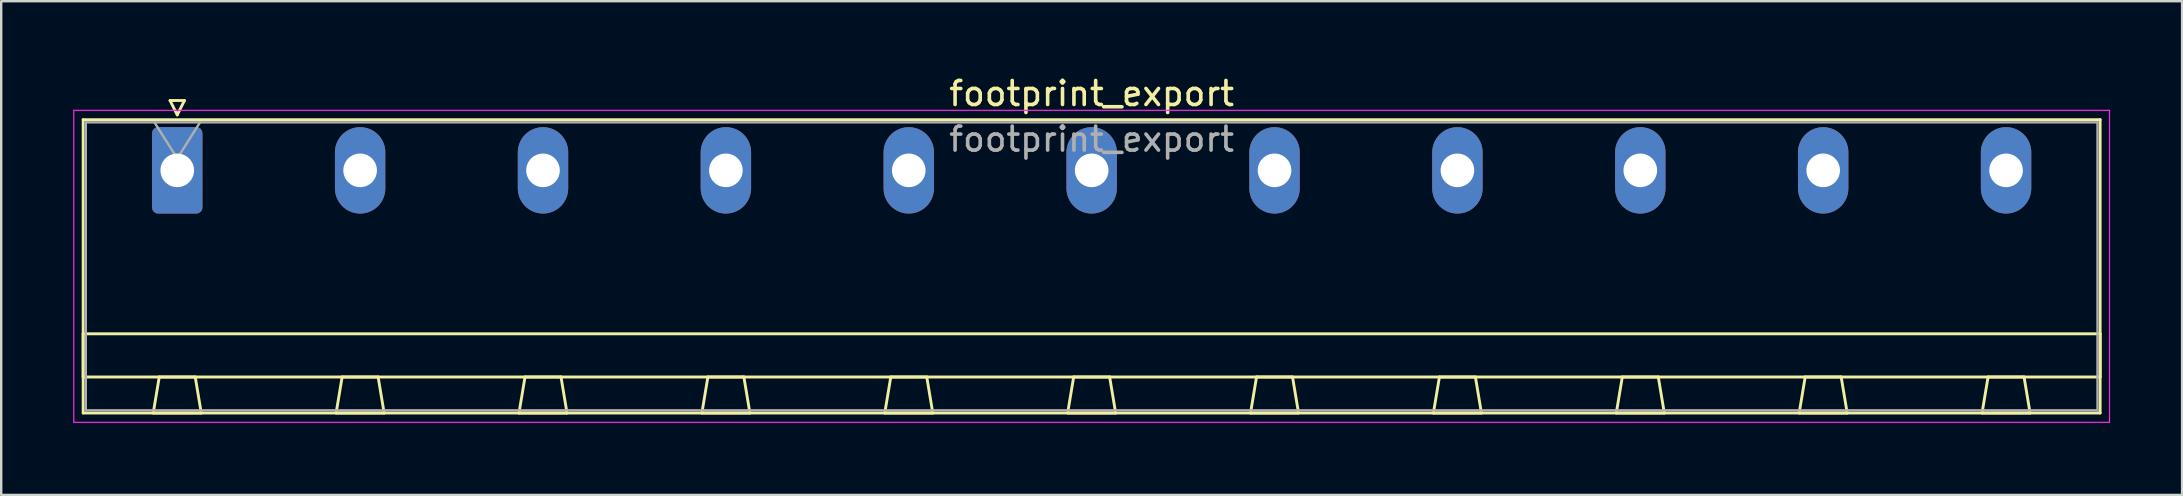
<source format=kicad_pcb>
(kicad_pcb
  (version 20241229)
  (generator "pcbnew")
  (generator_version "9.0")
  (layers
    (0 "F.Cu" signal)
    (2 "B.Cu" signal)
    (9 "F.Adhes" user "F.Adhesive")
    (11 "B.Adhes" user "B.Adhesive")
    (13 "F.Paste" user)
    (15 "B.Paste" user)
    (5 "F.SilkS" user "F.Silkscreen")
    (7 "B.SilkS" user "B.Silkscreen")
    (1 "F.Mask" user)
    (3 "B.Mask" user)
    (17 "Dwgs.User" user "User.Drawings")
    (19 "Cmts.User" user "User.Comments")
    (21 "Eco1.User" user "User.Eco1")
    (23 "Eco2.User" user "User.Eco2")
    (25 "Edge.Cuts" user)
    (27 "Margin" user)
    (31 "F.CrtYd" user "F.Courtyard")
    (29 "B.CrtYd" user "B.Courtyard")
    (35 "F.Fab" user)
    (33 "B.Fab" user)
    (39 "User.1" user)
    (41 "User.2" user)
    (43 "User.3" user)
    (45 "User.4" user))
  (footprint "footprint_export"
    (layer "F.Cu")
    (at 4.335 4.048)
    (property "Reference" "footprint_export" (at 38.1 -3.2 0) (layer "F.SilkS") (effects (font (size 1 1) (thickness 0.15))))
    (attr through_hole)
    (fp_line (start -3.92 -2.11) (end -3.92 10.11) (stroke (width 0.12) (type solid)) (layer "F.SilkS"))
    (fp_line (start -3.92 6.81) (end 80.12 6.81) (stroke (width 0.12) (type solid)) (layer "F.SilkS"))
    (fp_line (start -3.92 8.61) (end -3.92 6.81) (stroke (width 0.12) (type solid)) (layer "F.SilkS"))
    (fp_line (start -3.92 10.11) (end 80.12 10.11) (stroke (width 0.12) (type solid)) (layer "F.SilkS"))
    (fp_line (start -1 10.11) (end 1 10.11) (stroke (width 0.12) (type solid)) (layer "F.SilkS"))
    (fp_line (start -0.75 8.61) (end -1 10.11) (stroke (width 0.12) (type solid)) (layer "F.SilkS"))
    (fp_line (start -0.3 -2.91) (end 0.3 -2.91) (stroke (width 0.12) (type solid)) (layer "F.SilkS"))
    (fp_line (start 0 -2.31) (end -0.3 -2.91) (stroke (width 0.12) (type solid)) (layer "F.SilkS"))
    (fp_line (start 0.3 -2.91) (end 0 -2.31) (stroke (width 0.12) (type solid)) (layer "F.SilkS"))
    (fp_line (start 0.75 8.61) (end -0.75 8.61) (stroke (width 0.12) (type solid)) (layer "F.SilkS"))
    (fp_line (start 1 10.11) (end 0.75 8.61) (stroke (width 0.12) (type solid)) (layer "F.SilkS"))
    (fp_line (start 6.62 10.11) (end 8.62 10.11) (stroke (width 0.12) (type solid)) (layer "F.SilkS"))
    (fp_line (start 6.87 8.61) (end 6.62 10.11) (stroke (width 0.12) (type solid)) (layer "F.SilkS"))
    (fp_line (start 8.37 8.61) (end 6.87 8.61) (stroke (width 0.12) (type solid)) (layer "F.SilkS"))
    (fp_line (start 8.62 10.11) (end 8.37 8.61) (stroke (width 0.12) (type solid)) (layer "F.SilkS"))
    (fp_line (start 14.24 10.11) (end 16.24 10.11) (stroke (width 0.12) (type solid)) (layer "F.SilkS"))
    (fp_line (start 14.49 8.61) (end 14.24 10.11) (stroke (width 0.12) (type solid)) (layer "F.SilkS"))
    (fp_line (start 15.99 8.61) (end 14.49 8.61) (stroke (width 0.12) (type solid)) (layer "F.SilkS"))
    (fp_line (start 16.24 10.11) (end 15.99 8.61) (stroke (width 0.12) (type solid)) (layer "F.SilkS"))
    (fp_line (start 21.86 10.11) (end 23.86 10.11) (stroke (width 0.12) (type solid)) (layer "F.SilkS"))
    (fp_line (start 22.11 8.61) (end 21.86 10.11) (stroke (width 0.12) (type solid)) (layer "F.SilkS"))
    (fp_line (start 23.61 8.61) (end 22.11 8.61) (stroke (width 0.12) (type solid)) (layer "F.SilkS"))
    (fp_line (start 23.86 10.11) (end 23.61 8.61) (stroke (width 0.12) (type solid)) (layer "F.SilkS"))
    (fp_line (start 29.48 10.11) (end 31.48 10.11) (stroke (width 0.12) (type solid)) (layer "F.SilkS"))
    (fp_line (start 29.73 8.61) (end 29.48 10.11) (stroke (width 0.12) (type solid)) (layer "F.SilkS"))
    (fp_line (start 31.23 8.61) (end 29.73 8.61) (stroke (width 0.12) (type solid)) (layer "F.SilkS"))
    (fp_line (start 31.48 10.11) (end 31.23 8.61) (stroke (width 0.12) (type solid)) (layer "F.SilkS"))
    (fp_line (start 37.1 10.11) (end 39.1 10.11) (stroke (width 0.12) (type solid)) (layer "F.SilkS"))
    (fp_line (start 37.35 8.61) (end 37.1 10.11) (stroke (width 0.12) (type solid)) (layer "F.SilkS"))
    (fp_line (start 38.85 8.61) (end 37.35 8.61) (stroke (width 0.12) (type solid)) (layer "F.SilkS"))
    (fp_line (start 39.1 10.11) (end 38.85 8.61) (stroke (width 0.12) (type solid)) (layer "F.SilkS"))
    (fp_line (start 44.72 10.11) (end 46.72 10.11) (stroke (width 0.12) (type solid)) (layer "F.SilkS"))
    (fp_line (start 44.97 8.61) (end 44.72 10.11) (stroke (width 0.12) (type solid)) (layer "F.SilkS"))
    (fp_line (start 46.47 8.61) (end 44.97 8.61) (stroke (width 0.12) (type solid)) (layer "F.SilkS"))
    (fp_line (start 46.72 10.11) (end 46.47 8.61) (stroke (width 0.12) (type solid)) (layer "F.SilkS"))
    (fp_line (start 52.34 10.11) (end 54.34 10.11) (stroke (width 0.12) (type solid)) (layer "F.SilkS"))
    (fp_line (start 52.59 8.61) (end 52.34 10.11) (stroke (width 0.12) (type solid)) (layer "F.SilkS"))
    (fp_line (start 54.09 8.61) (end 52.59 8.61) (stroke (width 0.12) (type solid)) (layer "F.SilkS"))
    (fp_line (start 54.34 10.11) (end 54.09 8.61) (stroke (width 0.12) (type solid)) (layer "F.SilkS"))
    (fp_line (start 59.96 10.11) (end 61.96 10.11) (stroke (width 0.12) (type solid)) (layer "F.SilkS"))
    (fp_line (start 60.21 8.61) (end 59.96 10.11) (stroke (width 0.12) (type solid)) (layer "F.SilkS"))
    (fp_line (start 61.71 8.61) (end 60.21 8.61) (stroke (width 0.12) (type solid)) (layer "F.SilkS"))
    (fp_line (start 61.96 10.11) (end 61.71 8.61) (stroke (width 0.12) (type solid)) (layer "F.SilkS"))
    (fp_line (start 67.58 10.11) (end 69.58 10.11) (stroke (width 0.12) (type solid)) (layer "F.SilkS"))
    (fp_line (start 67.83 8.61) (end 67.58 10.11) (stroke (width 0.12) (type solid)) (layer "F.SilkS"))
    (fp_line (start 69.33 8.61) (end 67.83 8.61) (stroke (width 0.12) (type solid)) (layer "F.SilkS"))
    (fp_line (start 69.58 10.11) (end 69.33 8.61) (stroke (width 0.12) (type solid)) (layer "F.SilkS"))
    (fp_line (start 75.2 10.11) (end 77.2 10.11) (stroke (width 0.12) (type solid)) (layer "F.SilkS"))
    (fp_line (start 75.45 8.61) (end 75.2 10.11) (stroke (width 0.12) (type solid)) (layer "F.SilkS"))
    (fp_line (start 76.95 8.61) (end 75.45 8.61) (stroke (width 0.12) (type solid)) (layer "F.SilkS"))
    (fp_line (start 77.2 10.11) (end 76.95 8.61) (stroke (width 0.12) (type solid)) (layer "F.SilkS"))
    (fp_line (start 80.12 -2.11) (end -3.92 -2.11) (stroke (width 0.12) (type solid)) (layer "F.SilkS"))
    (fp_line (start 80.12 6.81) (end 80.12 8.61) (stroke (width 0.12) (type solid)) (layer "F.SilkS"))
    (fp_line (start 80.12 8.61) (end -3.92 8.61) (stroke (width 0.12) (type solid)) (layer "F.SilkS"))
    (fp_line (start 80.12 10.11) (end 80.12 -2.11) (stroke (width 0.12) (type solid)) (layer "F.SilkS"))
    (fp_line (start -4.31 -2.5) (end -4.31 10.5) (stroke (width 0.05) (type solid)) (layer "F.CrtYd"))
    (fp_line (start -4.31 10.5) (end 80.51 10.5) (stroke (width 0.05) (type solid)) (layer "F.CrtYd"))
    (fp_line (start 80.51 -2.5) (end -4.31 -2.5) (stroke (width 0.05) (type solid)) (layer "F.CrtYd"))
    (fp_line (start 80.51 10.5) (end 80.51 -2.5) (stroke (width 0.05) (type solid)) (layer "F.CrtYd"))
    (fp_line (start -3.81 -2) (end -3.81 10) (stroke (width 0.1) (type solid)) (layer "F.Fab"))
    (fp_line (start -3.81 10) (end 80.01 10) (stroke (width 0.1) (type solid)) (layer "F.Fab"))
    (fp_line (start 0 -0.5) (end -0.95 -2) (stroke (width 0.1) (type solid)) (layer "F.Fab"))
    (fp_line (start 0.95 -2) (end 0 -0.5) (stroke (width 0.1) (type solid)) (layer "F.Fab"))
    (fp_line (start 80.01 -2) (end -3.81 -2) (stroke (width 0.1) (type solid)) (layer "F.Fab"))
    (fp_line (start 80.01 10) (end 80.01 -2) (stroke (width 0.1) (type solid)) (layer "F.Fab"))
    (fp_text user "${REFERENCE}" (at 38.1 -1.3 0) (layer "F.Fab") (effects (font (size 1 1) (thickness 0.15))))
    (pad "1" thru_hole roundrect (at 0 0) (size 2.1 3.6) (drill 1.4) (layers "*.Cu" "*.Mask") (roundrect_rratio 0.119))
    (pad "2" thru_hole oval (at 7.62 0) (size 2.1 3.6) (drill 1.4) (layers "*.Cu" "*.Mask"))
    (pad "3" thru_hole oval (at 15.24 0) (size 2.1 3.6) (drill 1.4) (layers "*.Cu" "*.Mask"))
    (pad "4" thru_hole oval (at 22.86 0) (size 2.1 3.6) (drill 1.4) (layers "*.Cu" "*.Mask"))
    (pad "5" thru_hole oval (at 30.48 0) (size 2.1 3.6) (drill 1.4) (layers "*.Cu" "*.Mask"))
    (pad "6" thru_hole oval (at 38.1 0) (size 2.1 3.6) (drill 1.4) (layers "*.Cu" "*.Mask"))
    (pad "7" thru_hole oval (at 45.72 0) (size 2.1 3.6) (drill 1.4) (layers "*.Cu" "*.Mask"))
    (pad "8" thru_hole oval (at 53.34 0) (size 2.1 3.6) (drill 1.4) (layers "*.Cu" "*.Mask"))
    (pad "9" thru_hole oval (at 60.96 0) (size 2.1 3.6) (drill 1.4) (layers "*.Cu" "*.Mask"))
    (pad "10" thru_hole oval (at 68.58 0) (size 2.1 3.6) (drill 1.4) (layers "*.Cu" "*.Mask"))
    (pad "11" thru_hole oval (at 76.2 0) (size 2.1 3.6) (drill 1.4) (layers "*.Cu" "*.Mask")))
  (gr_rect
    (start -3 -3)
    (end 87.87 17.573)
    (stroke (width 0.1) (type default))
    (fill no)
    (layer "Edge.Cuts")))
</source>
